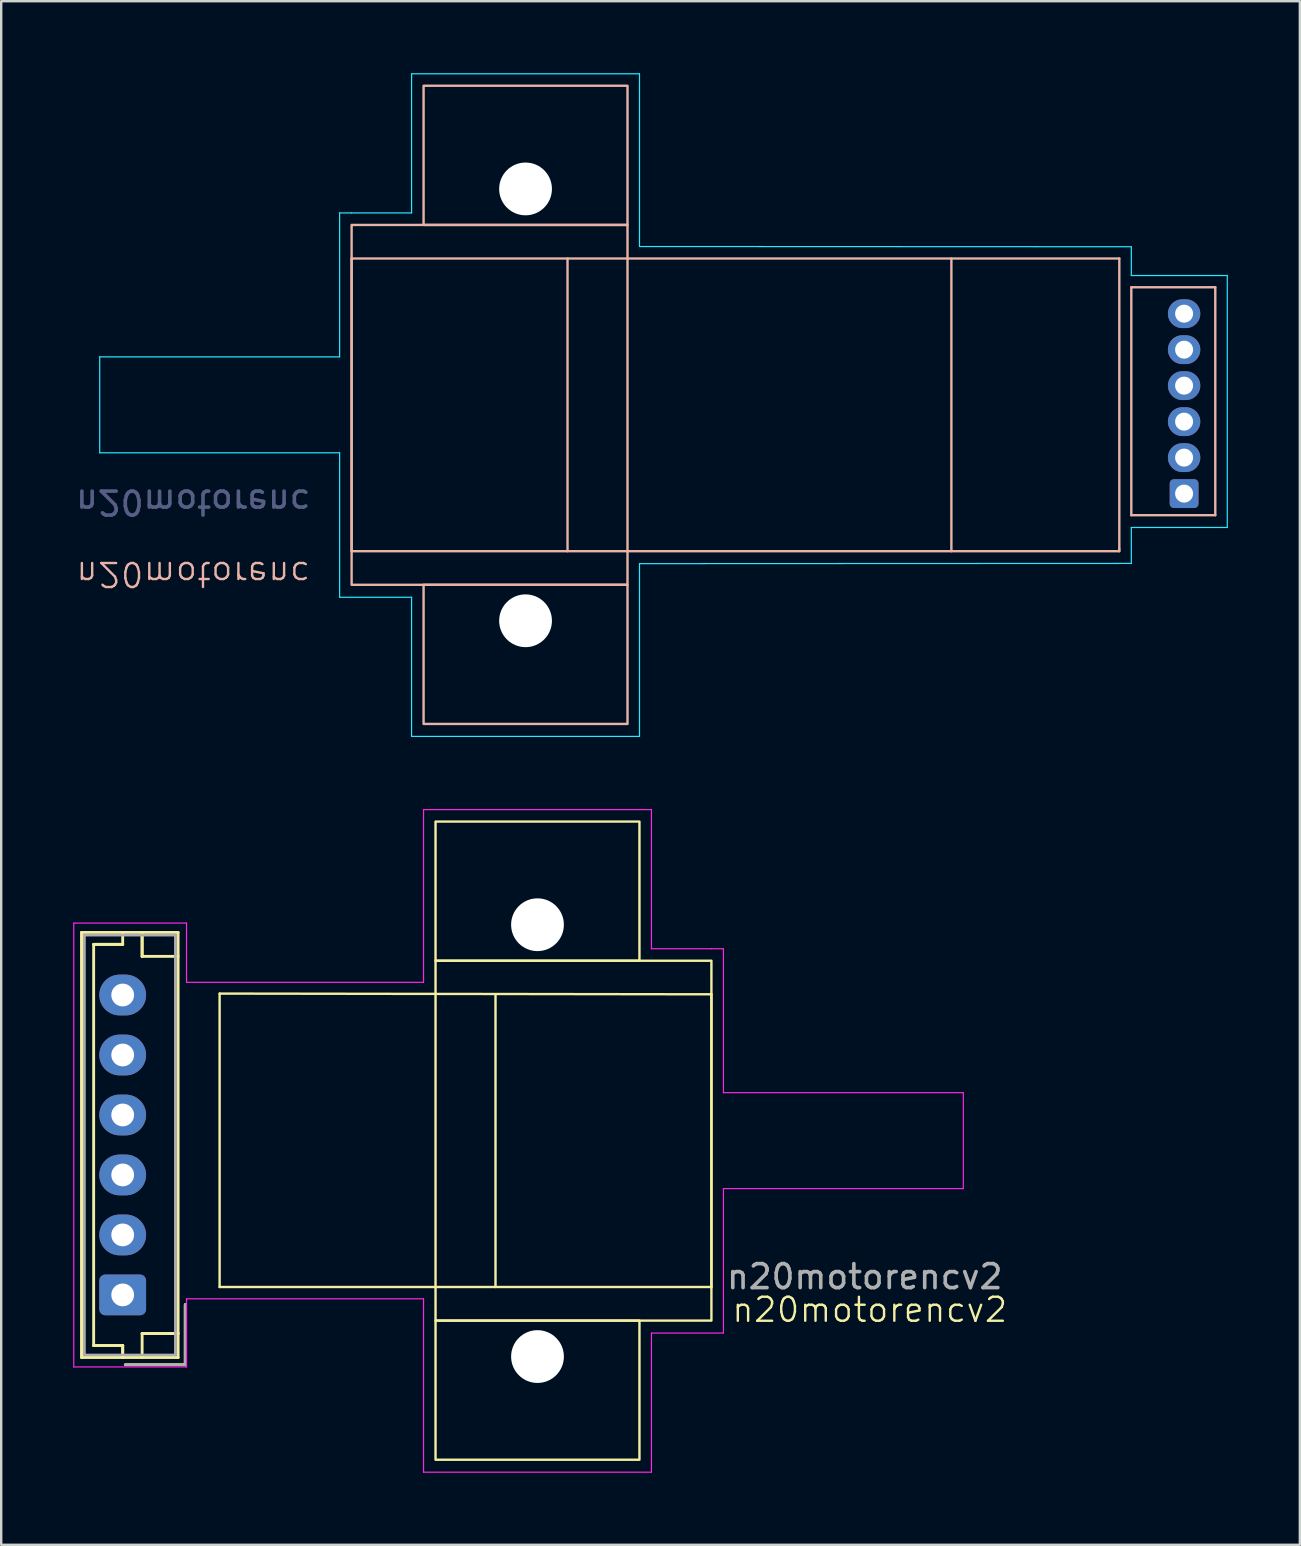
<source format=kicad_pcb>
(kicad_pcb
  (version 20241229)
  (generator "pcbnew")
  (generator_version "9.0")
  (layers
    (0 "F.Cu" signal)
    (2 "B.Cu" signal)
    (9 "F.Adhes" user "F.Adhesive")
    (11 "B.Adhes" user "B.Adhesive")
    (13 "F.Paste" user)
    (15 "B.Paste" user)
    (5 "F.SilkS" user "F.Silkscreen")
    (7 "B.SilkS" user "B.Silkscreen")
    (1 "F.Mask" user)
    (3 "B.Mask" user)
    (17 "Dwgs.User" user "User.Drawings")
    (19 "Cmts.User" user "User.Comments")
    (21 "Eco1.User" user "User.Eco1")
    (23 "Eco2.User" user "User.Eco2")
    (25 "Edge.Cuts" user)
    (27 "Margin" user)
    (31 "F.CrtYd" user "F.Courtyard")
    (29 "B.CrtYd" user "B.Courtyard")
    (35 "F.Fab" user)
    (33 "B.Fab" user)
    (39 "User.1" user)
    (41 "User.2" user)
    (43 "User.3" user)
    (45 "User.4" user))
  (footprint "n20motorenc"
    (layer "F.Cu")
    (at 11.156 14.025)
    (property "Reference" "n20motorenc" (at -6.15 6.85 180) (unlocked yes) (layer "B.SilkS") (effects (font (size 1 1) (thickness 0.1)) (justify mirror)))
    (attr through_hole)
    (fp_line (start 0.45 -6.3) (end 0.45 5.9) (stroke (width 0.1) (type default)) (layer "B.SilkS"))
    (fp_line (start 0.45 5.9) (end 32.45 5.9) (stroke (width 0.1) (type default)) (layer "B.SilkS"))
    (fp_line (start 9.45 -6.3) (end 9.45 5.9) (stroke (width 0.1) (type default)) (layer "B.SilkS"))
    (fp_line (start 25.45 -6.3) (end 25.45 5.9) (stroke (width 0.1) (type default)) (layer "B.SilkS"))
    (fp_line (start 32.45 -6.3) (end 0.45 -6.3) (stroke (width 0.1) (type default)) (layer "B.SilkS"))
    (fp_line (start 32.45 5.8) (end 32.45 -6.3) (stroke (width 0.1) (type default)) (layer "B.SilkS"))
    (fp_line (start 32.45 5.9) (end 32.45 5.8) (stroke (width 0.1) (type default)) (layer "B.SilkS"))
    (fp_line (start 32.95 -5.1) (end 36.45 -5.1) (stroke (width 0.1) (type default)) (layer "B.SilkS"))
    (fp_line (start 32.95 4.4) (end 32.95 -5.1) (stroke (width 0.1) (type default)) (layer "B.SilkS"))
    (fp_line (start 36.45 -5.1) (end 36.45 4.4) (stroke (width 0.1) (type default)) (layer "B.SilkS"))
    (fp_line (start 36.45 4.4) (end 32.95 4.4) (stroke (width 0.1) (type default)) (layer "B.SilkS"))
    (fp_rect (start 0.45 -7.7) (end 11.95 7.3) (stroke (width 0.1) (type default)) (fill no) (layer "B.SilkS"))
    (fp_rect (start 3.45 -13.5) (end 11.95 -7.7) (stroke (width 0.1) (type default)) (fill no) (layer "B.SilkS"))
    (fp_rect (start 3.45 7.3) (end 11.95 13.1) (stroke (width 0.1) (type default)) (fill no) (layer "B.SilkS"))
    (fp_line (start -10.05 -2.2) (end -10.05 1.8) (stroke (width 0.05) (type default)) (layer "B.CrtYd"))
    (fp_line (start -10.05 1.8) (end -0.05 1.8) (stroke (width 0.05) (type default)) (layer "B.CrtYd"))
    (fp_line (start -0.05 -8.2) (end -0.05 -2.2) (stroke (width 0.05) (type default)) (layer "B.CrtYd"))
    (fp_line (start -0.05 -2.2) (end -10.05 -2.2) (stroke (width 0.05) (type default)) (layer "B.CrtYd"))
    (fp_line (start -0.05 1.8) (end -0.05 7.82) (stroke (width 0.05) (type default)) (layer "B.CrtYd"))
    (fp_line (start -0.05 7.82) (end 2.95 7.82) (stroke (width 0.05) (type default)) (layer "B.CrtYd"))
    (fp_line (start 0.45 -8.2) (end -0.05 -8.2) (stroke (width 0.05) (type default)) (layer "B.CrtYd"))
    (fp_line (start 2.95 -14) (end 2.95 -8.2) (stroke (width 0.05) (type default)) (layer "B.CrtYd"))
    (fp_line (start 2.95 -8.2) (end 0.45 -8.2) (stroke (width 0.05) (type default)) (layer "B.CrtYd"))
    (fp_line (start 2.95 7.82) (end 2.95 13.62) (stroke (width 0.05) (type default)) (layer "B.CrtYd"))
    (fp_line (start 2.95 13.62) (end 12.45 13.62) (stroke (width 0.05) (type default)) (layer "B.CrtYd"))
    (fp_line (start 12.45 -14) (end 2.95 -14) (stroke (width 0.05) (type default)) (layer "B.CrtYd"))
    (fp_line (start 12.45 -6.8) (end 12.45 -14) (stroke (width 0.05) (type default)) (layer "B.CrtYd"))
    (fp_line (start 12.45 6.42) (end 32.95 6.41) (stroke (width 0.05) (type default)) (layer "B.CrtYd"))
    (fp_line (start 12.45 13.62) (end 12.45 6.42) (stroke (width 0.05) (type default)) (layer "B.CrtYd"))
    (fp_line (start 32.95 -6.79) (end 12.45 -6.8) (stroke (width 0.05) (type default)) (layer "B.CrtYd"))
    (fp_line (start 32.95 -5.59) (end 32.95 -6.79) (stroke (width 0.05) (type default)) (layer "B.CrtYd"))
    (fp_line (start 32.95 4.91) (end 36.95 4.91) (stroke (width 0.05) (type default)) (layer "B.CrtYd"))
    (fp_line (start 32.95 6.41) (end 32.95 4.91) (stroke (width 0.05) (type default)) (layer "B.CrtYd"))
    (fp_line (start 36.95 -5.59) (end 32.95 -5.59) (stroke (width 0.05) (type default)) (layer "B.CrtYd"))
    (fp_line (start 36.95 4.91) (end 36.95 -5.59) (stroke (width 0.05) (type default)) (layer "B.CrtYd"))
    (fp_text user "${REFERENCE}" (at -6.15 3.85 180) (unlocked yes) (layer "B.Fab") (effects (font (size 1 1) (thickness 0.15)) (justify mirror)))
    (pad "" np_thru_hole circle (at 7.7 -9.2 270) (size 2.2 2.2) (drill 2.2) (layers "*.Cu" "*.Mask"))
    (pad "" np_thru_hole circle (at 7.7 8.8 270) (size 2.2 2.2) (drill 2.2) (layers "*.Cu" "*.Mask"))
    (pad "1" thru_hole roundrect (at 35.15 3.5 90) (size 1.2 1.2) (drill 0.75) (layers "*.Cu" "F.Mask") (roundrect_rratio 0.147))
    (pad "2" thru_hole oval (at 35.15 2 90) (size 1.2 1.35) (drill 0.75) (layers "*.Cu" "*.Mask"))
    (pad "3" thru_hole oval (at 35.15 0.5 90) (size 1.2 1.35) (drill 0.75) (layers "*.Cu" "*.Mask"))
    (pad "4" thru_hole oval (at 35.15 -1 90) (size 1.2 1.35) (drill 0.75) (layers "*.Cu" "*.Mask"))
    (pad "5" thru_hole oval (at 35.15 -2.5 90) (size 1.2 1.35) (drill 0.75) (layers "*.Cu" "*.Mask"))
    (pad "6" thru_hole oval (at 35.15 -4 90) (size 1.2 1.35) (drill 0.75) (layers "*.Cu" "*.Mask")))
  (footprint "n20motorencv2"
    (layer "F.Cu")
    (at 14.454 44.545)
    (property "Reference" "n20motorencv2" (at 18.75 7 0) (unlocked yes) (layer "F.SilkS") (effects (font (size 1 1) (thickness 0.1))))
    (attr through_hole)
    (fp_line (start -14.1 -8.73) (end -14.1 8.99) (stroke (width 0.12) (type solid)) (layer "F.SilkS"))
    (fp_line (start -14.1 -8.73) (end -14.1 8.99) (stroke (width 0.12) (type solid)) (layer "F.SilkS"))
    (fp_line (start -14.1 8.99) (end -10.08 8.99) (stroke (width 0.12) (type solid)) (layer "F.SilkS"))
    (fp_line (start -13.6 -8.23) (end -12.39 -8.23) (stroke (width 0.12) (type solid)) (layer "F.SilkS"))
    (fp_line (start -13.6 -8.23) (end -12.39 -8.23) (stroke (width 0.12) (type solid)) (layer "F.SilkS"))
    (fp_line (start -13.6 8.49) (end -13.6 -8.23) (stroke (width 0.12) (type solid)) (layer "F.SilkS"))
    (fp_line (start -12.39 -8.23) (end -12.39 -8.73) (stroke (width 0.12) (type solid)) (layer "F.SilkS"))
    (fp_line (start -12.39 8.49) (end -13.6 8.49) (stroke (width 0.12) (type solid)) (layer "F.SilkS"))
    (fp_line (start -12.39 8.49) (end -13.6 8.49) (stroke (width 0.12) (type solid)) (layer "F.SilkS"))
    (fp_line (start -12.39 8.99) (end -12.39 8.49) (stroke (width 0.12) (type solid)) (layer "F.SilkS"))
    (fp_line (start -12.39 8.99) (end -12.39 8.49) (stroke (width 0.12) (type solid)) (layer "F.SilkS"))
    (fp_line (start -12.28 9.29) (end -9.78 9.29) (stroke (width 0.12) (type solid)) (layer "F.SilkS"))
    (fp_line (start -11.58 -8.73) (end -11.58 -7.73) (stroke (width 0.12) (type solid)) (layer "F.SilkS"))
    (fp_line (start -11.58 -8.73) (end -11.58 -7.73) (stroke (width 0.12) (type solid)) (layer "F.SilkS"))
    (fp_line (start -11.58 -7.73) (end -10.08 -7.73) (stroke (width 0.12) (type solid)) (layer "F.SilkS"))
    (fp_line (start -11.58 7.99) (end -10.08 7.99) (stroke (width 0.12) (type solid)) (layer "F.SilkS"))
    (fp_line (start -11.58 7.99) (end -10.08 7.99) (stroke (width 0.12) (type solid)) (layer "F.SilkS"))
    (fp_line (start -11.58 8.99) (end -11.58 7.99) (stroke (width 0.12) (type solid)) (layer "F.SilkS"))
    (fp_line (start -10.08 -8.73) (end -14.1 -8.73) (stroke (width 0.12) (type solid)) (layer "F.SilkS"))
    (fp_line (start -10.08 8.99) (end -10.08 -8.73) (stroke (width 0.12) (type solid)) (layer "F.SilkS"))
    (fp_line (start -9.78 9.29) (end -9.78 6.79) (stroke (width 0.12) (type solid)) (layer "F.SilkS"))
    (fp_line (start -9.78 9.29) (end -9.78 6.79) (stroke (width 0.12) (type solid)) (layer "F.SilkS"))
    (fp_line (start -8.35 -6.18) (end -8.35 6.05) (stroke (width 0.1) (type default)) (layer "F.SilkS"))
    (fp_line (start -8.35 -6.18) (end 12.15 -6.15) (stroke (width 0.1) (type default)) (layer "F.SilkS"))
    (fp_line (start 3.15 -6.15) (end 3.15 6.05) (stroke (width 0.1) (type default)) (layer "F.SilkS"))
    (fp_line (start 12.15 -6.15) (end 12.15 6.05) (stroke (width 0.1) (type default)) (layer "F.SilkS"))
    (fp_line (start 12.15 6.05) (end -8.35 6.05) (stroke (width 0.1) (type default)) (layer "F.SilkS"))
    (fp_rect (start 0.65 -13.35) (end 9.15 -7.55) (stroke (width 0.1) (type default)) (fill no) (layer "F.SilkS"))
    (fp_rect (start 0.65 -7.55) (end 12.15 7.45) (stroke (width 0.1) (type default)) (fill no) (layer "F.SilkS"))
    (fp_rect (start 0.65 7.45) (end 9.15 13.25) (stroke (width 0.1) (type default)) (fill no) (layer "F.SilkS"))
    (fp_line (start -14.429 -9.118) (end -14.429 9.382) (stroke (width 0.05) (type default)) (layer "F.CrtYd"))
    (fp_line (start -14.429 9.382) (end -9.729 9.382) (stroke (width 0.05) (type default)) (layer "F.CrtYd"))
    (fp_line (start -9.729 -9.118) (end -14.429 -9.118) (stroke (width 0.05) (type default)) (layer "F.CrtYd"))
    (fp_line (start -9.729 -6.65) (end -9.729 -9.118) (stroke (width 0.05) (type default)) (layer "F.CrtYd"))
    (fp_line (start -9.729 -6.65) (end 0.15 -6.65) (stroke (width 0.05) (type default)) (layer "F.CrtYd"))
    (fp_line (start -9.729 9.382) (end -9.729 6.542) (stroke (width 0.05) (type default)) (layer "F.CrtYd"))
    (fp_line (start 0.15 -13.85) (end 9.65 -13.85) (stroke (width 0.05) (type default)) (layer "F.CrtYd"))
    (fp_line (start 0.15 -6.65) (end 0.15 -13.85) (stroke (width 0.05) (type default)) (layer "F.CrtYd"))
    (fp_line (start 0.15 6.542) (end -9.729 6.542) (stroke (width 0.05) (type default)) (layer "F.CrtYd"))
    (fp_line (start 0.15 13.77) (end 0.15 6.542) (stroke (width 0.05) (type default)) (layer "F.CrtYd"))
    (fp_line (start 9.65 -13.85) (end 9.65 -8.05) (stroke (width 0.05) (type default)) (layer "F.CrtYd"))
    (fp_line (start 9.65 -8.05) (end 12.15 -8.05) (stroke (width 0.05) (type default)) (layer "F.CrtYd"))
    (fp_line (start 9.65 7.97) (end 9.65 13.77) (stroke (width 0.05) (type default)) (layer "F.CrtYd"))
    (fp_line (start 9.65 13.77) (end 0.15 13.77) (stroke (width 0.05) (type default)) (layer "F.CrtYd"))
    (fp_line (start 12.15 -8.05) (end 12.65 -8.05) (stroke (width 0.05) (type default)) (layer "F.CrtYd"))
    (fp_line (start 12.65 -8.05) (end 12.65 -2.05) (stroke (width 0.05) (type default)) (layer "F.CrtYd"))
    (fp_line (start 12.65 -2.05) (end 22.65 -2.05) (stroke (width 0.05) (type default)) (layer "F.CrtYd"))
    (fp_line (start 12.65 1.95) (end 12.65 7.97) (stroke (width 0.05) (type default)) (layer "F.CrtYd"))
    (fp_line (start 12.65 7.97) (end 9.65 7.97) (stroke (width 0.05) (type default)) (layer "F.CrtYd"))
    (fp_line (start 22.65 -2.05) (end 22.65 1.95) (stroke (width 0.05) (type default)) (layer "F.CrtYd"))
    (fp_line (start 22.65 1.95) (end 12.65 1.95) (stroke (width 0.05) (type default)) (layer "F.CrtYd"))
    (fp_line (start -13.99 -8.62) (end -13.99 8.88) (stroke (width 0.1) (type solid)) (layer "F.Fab"))
    (fp_line (start -13.99 -8.62) (end -13.99 8.88) (stroke (width 0.1) (type solid)) (layer "F.Fab"))
    (fp_line (start -13.99 8.88) (end -10.19 8.88) (stroke (width 0.1) (type solid)) (layer "F.Fab"))
    (fp_line (start -12.28 9.29) (end -9.78 9.29) (stroke (width 0.1) (type solid)) (layer "F.Fab"))
    (fp_line (start -10.19 -8.62) (end -13.99 -8.62) (stroke (width 0.1) (type solid)) (layer "F.Fab"))
    (fp_line (start -10.19 -8.62) (end -13.99 -8.62) (stroke (width 0.1) (type solid)) (layer "F.Fab"))
    (fp_line (start -10.19 8.88) (end -10.19 -8.62) (stroke (width 0.1) (type solid)) (layer "F.Fab"))
    (fp_line (start -10.19 8.88) (end -10.19 -8.62) (stroke (width 0.1) (type solid)) (layer "F.Fab"))
    (fp_line (start -9.78 9.29) (end -9.78 6.79) (stroke (width 0.1) (type solid)) (layer "F.Fab"))
    (fp_line (start -9.78 9.29) (end -9.78 6.79) (stroke (width 0.1) (type solid)) (layer "F.Fab"))
    (fp_text user "${REFERENCE}" (at 18.54 5.62 0) (unlocked yes) (layer "F.Fab") (effects (font (size 1 1) (thickness 0.15))))
    (pad "" np_thru_hole circle (at 4.9 -9.05 90) (size 2.2 2.2) (drill 2.2) (layers "*.Cu" "*.Mask"))
    (pad "" np_thru_hole circle (at 4.9 8.95 90) (size 2.2 2.2) (drill 2.2) (layers "*.Cu" "*.Mask"))
    (pad "1" thru_hole roundrect (at -12.39 6.38 90) (size 1.7 1.95) (drill 0.95) (layers "*.Cu" "*.Mask") (roundrect_rratio 0.147))
    (pad "2" thru_hole oval (at -12.39 3.88 90) (size 1.7 1.95) (drill 0.95) (layers "*.Cu" "*.Mask"))
    (pad "3" thru_hole oval (at -12.39 1.38 90) (size 1.7 1.95) (drill 0.95) (layers "*.Cu" "*.Mask"))
    (pad "4" thru_hole oval (at -12.39 -1.12 90) (size 1.7 1.95) (drill 0.95) (layers "*.Cu" "*.Mask"))
    (pad "5" thru_hole oval (at -12.39 -3.62 90) (size 1.7 1.95) (drill 0.95) (layers "*.Cu" "*.Mask"))
    (pad "6" thru_hole oval (at -12.39 -6.12 90) (size 1.7 1.95) (drill 0.95) (layers "*.Cu" "*.Mask")))
  (gr_rect
    (start -3 -3)
    (end 51.131 61.34)
    (stroke (width 0.1) (type default))
    (fill no)
    (layer "Edge.Cuts")))
</source>
